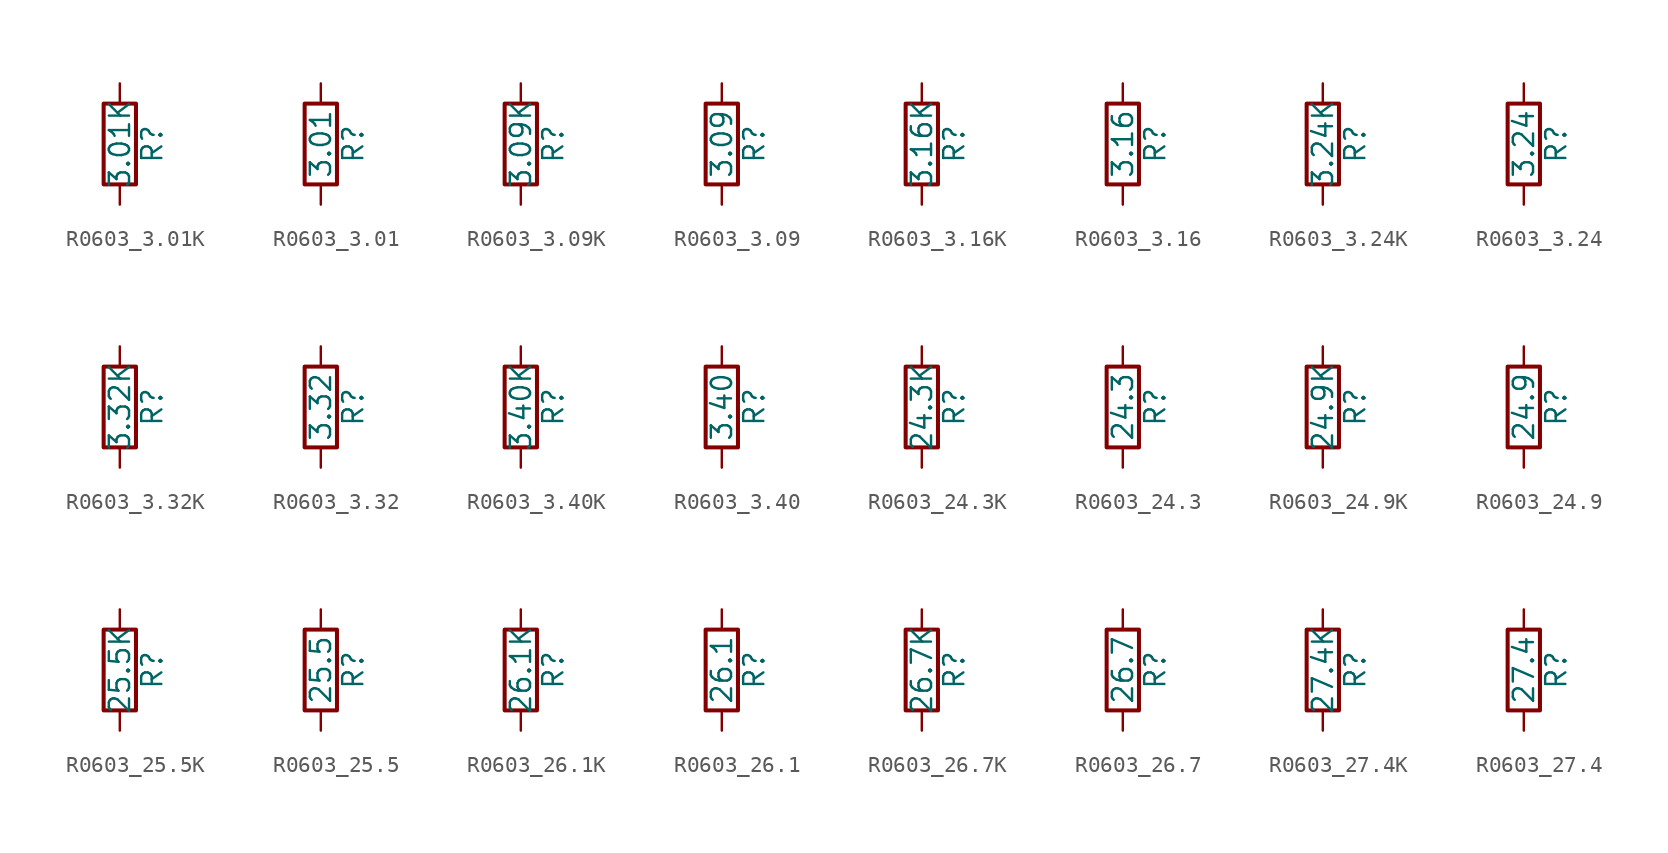
<source format=kicad_sym>
(kicad_symbol_lib
  (version 20211014)
  (generator atlantix-eda)
  (symbol "R0603_3.01K"
    (pin_numbers hide)
    (pin_names
      (offset 0))
    (property "Reference" "R"
      (at 2.032 0 90)
      (effects (font (size 1.27 1.27))))
    (property "Value" "3.01K"
      (at 0 0 90)
      (effects (font (size 1.27 1.27))))
    (symbol "R0603_3.01K_0_1"
      (rectangle (start -1.016 -2.54) (end 1.016 2.54) (stroke (width 0.254) (type default) (color 0 0 0 0)) (fill (type none))))
    (symbol "R0603_3.01K_1_1"
      (pin passive line (at 0 3.81 270) (length 1.27) (name "~" (effects (font (size 1.27 1.27)))) (number "1" (effects (font (size 1.27 1.27)))))
      (pin passive line (at 0 -3.81 90) (length 1.27) (name "~" (effects (font (size 1.27 1.27)))) (number "2" (effects (font (size 1.27 1.27)))))))
  (symbol "R0603_3.01"
    (pin_numbers hide)
    (pin_names
      (offset 0))
    (property "Reference" "R"
      (at 2.032 0 90)
      (effects (font (size 1.27 1.27))))
    (property "Value" "3.01"
      (at 0 0 90)
      (effects (font (size 1.27 1.27))))
    (symbol "R0603_3.01_0_1"
      (rectangle (start -1.016 -2.54) (end 1.016 2.54) (stroke (width 0.254) (type default) (color 0 0 0 0)) (fill (type none))))
    (symbol "R0603_3.01_1_1"
      (pin passive line (at 0 3.81 270) (length 1.27) (name "~" (effects (font (size 1.27 1.27)))) (number "1" (effects (font (size 1.27 1.27)))))
      (pin passive line (at 0 -3.81 90) (length 1.27) (name "~" (effects (font (size 1.27 1.27)))) (number "2" (effects (font (size 1.27 1.27)))))))
  (symbol "R0603_3.09K"
    (pin_numbers hide)
    (pin_names
      (offset 0))
    (property "Reference" "R"
      (at 2.032 0 90)
      (effects (font (size 1.27 1.27))))
    (property "Value" "3.09K"
      (at 0 0 90)
      (effects (font (size 1.27 1.27))))
    (symbol "R0603_3.09K_0_1"
      (rectangle (start -1.016 -2.54) (end 1.016 2.54) (stroke (width 0.254) (type default) (color 0 0 0 0)) (fill (type none))))
    (symbol "R0603_3.09K_1_1"
      (pin passive line (at 0 3.81 270) (length 1.27) (name "~" (effects (font (size 1.27 1.27)))) (number "1" (effects (font (size 1.27 1.27)))))
      (pin passive line (at 0 -3.81 90) (length 1.27) (name "~" (effects (font (size 1.27 1.27)))) (number "2" (effects (font (size 1.27 1.27)))))))
  (symbol "R0603_3.09"
    (pin_numbers hide)
    (pin_names
      (offset 0))
    (property "Reference" "R"
      (at 2.032 0 90)
      (effects (font (size 1.27 1.27))))
    (property "Value" "3.09"
      (at 0 0 90)
      (effects (font (size 1.27 1.27))))
    (symbol "R0603_3.09_0_1"
      (rectangle (start -1.016 -2.54) (end 1.016 2.54) (stroke (width 0.254) (type default) (color 0 0 0 0)) (fill (type none))))
    (symbol "R0603_3.09_1_1"
      (pin passive line (at 0 3.81 270) (length 1.27) (name "~" (effects (font (size 1.27 1.27)))) (number "1" (effects (font (size 1.27 1.27)))))
      (pin passive line (at 0 -3.81 90) (length 1.27) (name "~" (effects (font (size 1.27 1.27)))) (number "2" (effects (font (size 1.27 1.27)))))))
  (symbol "R0603_3.16K"
    (pin_numbers hide)
    (pin_names
      (offset 0))
    (property "Reference" "R"
      (at 2.032 0 90)
      (effects (font (size 1.27 1.27))))
    (property "Value" "3.16K"
      (at 0 0 90)
      (effects (font (size 1.27 1.27))))
    (symbol "R0603_3.16K_0_1"
      (rectangle (start -1.016 -2.54) (end 1.016 2.54) (stroke (width 0.254) (type default) (color 0 0 0 0)) (fill (type none))))
    (symbol "R0603_3.16K_1_1"
      (pin passive line (at 0 3.81 270) (length 1.27) (name "~" (effects (font (size 1.27 1.27)))) (number "1" (effects (font (size 1.27 1.27)))))
      (pin passive line (at 0 -3.81 90) (length 1.27) (name "~" (effects (font (size 1.27 1.27)))) (number "2" (effects (font (size 1.27 1.27)))))))
  (symbol "R0603_3.16"
    (pin_numbers hide)
    (pin_names
      (offset 0))
    (property "Reference" "R"
      (at 2.032 0 90)
      (effects (font (size 1.27 1.27))))
    (property "Value" "3.16"
      (at 0 0 90)
      (effects (font (size 1.27 1.27))))
    (symbol "R0603_3.16_0_1"
      (rectangle (start -1.016 -2.54) (end 1.016 2.54) (stroke (width 0.254) (type default) (color 0 0 0 0)) (fill (type none))))
    (symbol "R0603_3.16_1_1"
      (pin passive line (at 0 3.81 270) (length 1.27) (name "~" (effects (font (size 1.27 1.27)))) (number "1" (effects (font (size 1.27 1.27)))))
      (pin passive line (at 0 -3.81 90) (length 1.27) (name "~" (effects (font (size 1.27 1.27)))) (number "2" (effects (font (size 1.27 1.27)))))))
  (symbol "R0603_3.24K"
    (pin_numbers hide)
    (pin_names
      (offset 0))
    (property "Reference" "R"
      (at 2.032 0 90)
      (effects (font (size 1.27 1.27))))
    (property "Value" "3.24K"
      (at 0 0 90)
      (effects (font (size 1.27 1.27))))
    (symbol "R0603_3.24K_0_1"
      (rectangle (start -1.016 -2.54) (end 1.016 2.54) (stroke (width 0.254) (type default) (color 0 0 0 0)) (fill (type none))))
    (symbol "R0603_3.24K_1_1"
      (pin passive line (at 0 3.81 270) (length 1.27) (name "~" (effects (font (size 1.27 1.27)))) (number "1" (effects (font (size 1.27 1.27)))))
      (pin passive line (at 0 -3.81 90) (length 1.27) (name "~" (effects (font (size 1.27 1.27)))) (number "2" (effects (font (size 1.27 1.27)))))))
  (symbol "R0603_3.24"
    (pin_numbers hide)
    (pin_names
      (offset 0))
    (property "Reference" "R"
      (at 2.032 0 90)
      (effects (font (size 1.27 1.27))))
    (property "Value" "3.24"
      (at 0 0 90)
      (effects (font (size 1.27 1.27))))
    (symbol "R0603_3.24_0_1"
      (rectangle (start -1.016 -2.54) (end 1.016 2.54) (stroke (width 0.254) (type default) (color 0 0 0 0)) (fill (type none))))
    (symbol "R0603_3.24_1_1"
      (pin passive line (at 0 3.81 270) (length 1.27) (name "~" (effects (font (size 1.27 1.27)))) (number "1" (effects (font (size 1.27 1.27)))))
      (pin passive line (at 0 -3.81 90) (length 1.27) (name "~" (effects (font (size 1.27 1.27)))) (number "2" (effects (font (size 1.27 1.27)))))))
  (symbol "R0603_3.32K"
    (pin_numbers hide)
    (pin_names
      (offset 0))
    (property "Reference" "R"
      (at 2.032 0 90)
      (effects (font (size 1.27 1.27))))
    (property "Value" "3.32K"
      (at 0 0 90)
      (effects (font (size 1.27 1.27))))
    (symbol "R0603_3.32K_0_1"
      (rectangle (start -1.016 -2.54) (end 1.016 2.54) (stroke (width 0.254) (type default) (color 0 0 0 0)) (fill (type none))))
    (symbol "R0603_3.32K_1_1"
      (pin passive line (at 0 3.81 270) (length 1.27) (name "~" (effects (font (size 1.27 1.27)))) (number "1" (effects (font (size 1.27 1.27)))))
      (pin passive line (at 0 -3.81 90) (length 1.27) (name "~" (effects (font (size 1.27 1.27)))) (number "2" (effects (font (size 1.27 1.27)))))))
  (symbol "R0603_3.32"
    (pin_numbers hide)
    (pin_names
      (offset 0))
    (property "Reference" "R"
      (at 2.032 0 90)
      (effects (font (size 1.27 1.27))))
    (property "Value" "3.32"
      (at 0 0 90)
      (effects (font (size 1.27 1.27))))
    (symbol "R0603_3.32_0_1"
      (rectangle (start -1.016 -2.54) (end 1.016 2.54) (stroke (width 0.254) (type default) (color 0 0 0 0)) (fill (type none))))
    (symbol "R0603_3.32_1_1"
      (pin passive line (at 0 3.81 270) (length 1.27) (name "~" (effects (font (size 1.27 1.27)))) (number "1" (effects (font (size 1.27 1.27)))))
      (pin passive line (at 0 -3.81 90) (length 1.27) (name "~" (effects (font (size 1.27 1.27)))) (number "2" (effects (font (size 1.27 1.27)))))))
  (symbol "R0603_3.40K"
    (pin_numbers hide)
    (pin_names
      (offset 0))
    (property "Reference" "R"
      (at 2.032 0 90)
      (effects (font (size 1.27 1.27))))
    (property "Value" "3.40K"
      (at 0 0 90)
      (effects (font (size 1.27 1.27))))
    (symbol "R0603_3.40K_0_1"
      (rectangle (start -1.016 -2.54) (end 1.016 2.54) (stroke (width 0.254) (type default) (color 0 0 0 0)) (fill (type none))))
    (symbol "R0603_3.40K_1_1"
      (pin passive line (at 0 3.81 270) (length 1.27) (name "~" (effects (font (size 1.27 1.27)))) (number "1" (effects (font (size 1.27 1.27)))))
      (pin passive line (at 0 -3.81 90) (length 1.27) (name "~" (effects (font (size 1.27 1.27)))) (number "2" (effects (font (size 1.27 1.27)))))))
  (symbol "R0603_3.40"
    (pin_numbers hide)
    (pin_names
      (offset 0))
    (property "Reference" "R"
      (at 2.032 0 90)
      (effects (font (size 1.27 1.27))))
    (property "Value" "3.40"
      (at 0 0 90)
      (effects (font (size 1.27 1.27))))
    (symbol "R0603_3.40_0_1"
      (rectangle (start -1.016 -2.54) (end 1.016 2.54) (stroke (width 0.254) (type default) (color 0 0 0 0)) (fill (type none))))
    (symbol "R0603_3.40_1_1"
      (pin passive line (at 0 3.81 270) (length 1.27) (name "~" (effects (font (size 1.27 1.27)))) (number "1" (effects (font (size 1.27 1.27)))))
      (pin passive line (at 0 -3.81 90) (length 1.27) (name "~" (effects (font (size 1.27 1.27)))) (number "2" (effects (font (size 1.27 1.27)))))))
  (symbol "R0603_24.3K"
    (pin_numbers hide)
    (pin_names
      (offset 0))
    (property "Reference" "R"
      (at 2.032 0 90)
      (effects (font (size 1.27 1.27))))
    (property "Value" "24.3K"
      (at 0 0 90)
      (effects (font (size 1.27 1.27))))
    (symbol "R0603_24.3K_0_1"
      (rectangle (start -1.016 -2.54) (end 1.016 2.54) (stroke (width 0.254) (type default) (color 0 0 0 0)) (fill (type none))))
    (symbol "R0603_24.3K_1_1"
      (pin passive line (at 0 3.81 270) (length 1.27) (name "~" (effects (font (size 1.27 1.27)))) (number "1" (effects (font (size 1.27 1.27)))))
      (pin passive line (at 0 -3.81 90) (length 1.27) (name "~" (effects (font (size 1.27 1.27)))) (number "2" (effects (font (size 1.27 1.27)))))))
  (symbol "R0603_24.3"
    (pin_numbers hide)
    (pin_names
      (offset 0))
    (property "Reference" "R"
      (at 2.032 0 90)
      (effects (font (size 1.27 1.27))))
    (property "Value" "24.3"
      (at 0 0 90)
      (effects (font (size 1.27 1.27))))
    (symbol "R0603_24.3_0_1"
      (rectangle (start -1.016 -2.54) (end 1.016 2.54) (stroke (width 0.254) (type default) (color 0 0 0 0)) (fill (type none))))
    (symbol "R0603_24.3_1_1"
      (pin passive line (at 0 3.81 270) (length 1.27) (name "~" (effects (font (size 1.27 1.27)))) (number "1" (effects (font (size 1.27 1.27)))))
      (pin passive line (at 0 -3.81 90) (length 1.27) (name "~" (effects (font (size 1.27 1.27)))) (number "2" (effects (font (size 1.27 1.27)))))))
  (symbol "R0603_24.9K"
    (pin_numbers hide)
    (pin_names
      (offset 0))
    (property "Reference" "R"
      (at 2.032 0 90)
      (effects (font (size 1.27 1.27))))
    (property "Value" "24.9K"
      (at 0 0 90)
      (effects (font (size 1.27 1.27))))
    (symbol "R0603_24.9K_0_1"
      (rectangle (start -1.016 -2.54) (end 1.016 2.54) (stroke (width 0.254) (type default) (color 0 0 0 0)) (fill (type none))))
    (symbol "R0603_24.9K_1_1"
      (pin passive line (at 0 3.81 270) (length 1.27) (name "~" (effects (font (size 1.27 1.27)))) (number "1" (effects (font (size 1.27 1.27)))))
      (pin passive line (at 0 -3.81 90) (length 1.27) (name "~" (effects (font (size 1.27 1.27)))) (number "2" (effects (font (size 1.27 1.27)))))))
  (symbol "R0603_24.9"
    (pin_numbers hide)
    (pin_names
      (offset 0))
    (property "Reference" "R"
      (at 2.032 0 90)
      (effects (font (size 1.27 1.27))))
    (property "Value" "24.9"
      (at 0 0 90)
      (effects (font (size 1.27 1.27))))
    (symbol "R0603_24.9_0_1"
      (rectangle (start -1.016 -2.54) (end 1.016 2.54) (stroke (width 0.254) (type default) (color 0 0 0 0)) (fill (type none))))
    (symbol "R0603_24.9_1_1"
      (pin passive line (at 0 3.81 270) (length 1.27) (name "~" (effects (font (size 1.27 1.27)))) (number "1" (effects (font (size 1.27 1.27)))))
      (pin passive line (at 0 -3.81 90) (length 1.27) (name "~" (effects (font (size 1.27 1.27)))) (number "2" (effects (font (size 1.27 1.27)))))))
  (symbol "R0603_25.5K"
    (pin_numbers hide)
    (pin_names
      (offset 0))
    (property "Reference" "R"
      (at 2.032 0 90)
      (effects (font (size 1.27 1.27))))
    (property "Value" "25.5K"
      (at 0 0 90)
      (effects (font (size 1.27 1.27))))
    (symbol "R0603_25.5K_0_1"
      (rectangle (start -1.016 -2.54) (end 1.016 2.54) (stroke (width 0.254) (type default) (color 0 0 0 0)) (fill (type none))))
    (symbol "R0603_25.5K_1_1"
      (pin passive line (at 0 3.81 270) (length 1.27) (name "~" (effects (font (size 1.27 1.27)))) (number "1" (effects (font (size 1.27 1.27)))))
      (pin passive line (at 0 -3.81 90) (length 1.27) (name "~" (effects (font (size 1.27 1.27)))) (number "2" (effects (font (size 1.27 1.27)))))))
  (symbol "R0603_25.5"
    (pin_numbers hide)
    (pin_names
      (offset 0))
    (property "Reference" "R"
      (at 2.032 0 90)
      (effects (font (size 1.27 1.27))))
    (property "Value" "25.5"
      (at 0 0 90)
      (effects (font (size 1.27 1.27))))
    (symbol "R0603_25.5_0_1"
      (rectangle (start -1.016 -2.54) (end 1.016 2.54) (stroke (width 0.254) (type default) (color 0 0 0 0)) (fill (type none))))
    (symbol "R0603_25.5_1_1"
      (pin passive line (at 0 3.81 270) (length 1.27) (name "~" (effects (font (size 1.27 1.27)))) (number "1" (effects (font (size 1.27 1.27)))))
      (pin passive line (at 0 -3.81 90) (length 1.27) (name "~" (effects (font (size 1.27 1.27)))) (number "2" (effects (font (size 1.27 1.27)))))))
  (symbol "R0603_26.1K"
    (pin_numbers hide)
    (pin_names
      (offset 0))
    (property "Reference" "R"
      (at 2.032 0 90)
      (effects (font (size 1.27 1.27))))
    (property "Value" "26.1K"
      (at 0 0 90)
      (effects (font (size 1.27 1.27))))
    (symbol "R0603_26.1K_0_1"
      (rectangle (start -1.016 -2.54) (end 1.016 2.54) (stroke (width 0.254) (type default) (color 0 0 0 0)) (fill (type none))))
    (symbol "R0603_26.1K_1_1"
      (pin passive line (at 0 3.81 270) (length 1.27) (name "~" (effects (font (size 1.27 1.27)))) (number "1" (effects (font (size 1.27 1.27)))))
      (pin passive line (at 0 -3.81 90) (length 1.27) (name "~" (effects (font (size 1.27 1.27)))) (number "2" (effects (font (size 1.27 1.27)))))))
  (symbol "R0603_26.1"
    (pin_numbers hide)
    (pin_names
      (offset 0))
    (property "Reference" "R"
      (at 2.032 0 90)
      (effects (font (size 1.27 1.27))))
    (property "Value" "26.1"
      (at 0 0 90)
      (effects (font (size 1.27 1.27))))
    (symbol "R0603_26.1_0_1"
      (rectangle (start -1.016 -2.54) (end 1.016 2.54) (stroke (width 0.254) (type default) (color 0 0 0 0)) (fill (type none))))
    (symbol "R0603_26.1_1_1"
      (pin passive line (at 0 3.81 270) (length 1.27) (name "~" (effects (font (size 1.27 1.27)))) (number "1" (effects (font (size 1.27 1.27)))))
      (pin passive line (at 0 -3.81 90) (length 1.27) (name "~" (effects (font (size 1.27 1.27)))) (number "2" (effects (font (size 1.27 1.27)))))))
  (symbol "R0603_26.7K"
    (pin_numbers hide)
    (pin_names
      (offset 0))
    (property "Reference" "R"
      (at 2.032 0 90)
      (effects (font (size 1.27 1.27))))
    (property "Value" "26.7K"
      (at 0 0 90)
      (effects (font (size 1.27 1.27))))
    (symbol "R0603_26.7K_0_1"
      (rectangle (start -1.016 -2.54) (end 1.016 2.54) (stroke (width 0.254) (type default) (color 0 0 0 0)) (fill (type none))))
    (symbol "R0603_26.7K_1_1"
      (pin passive line (at 0 3.81 270) (length 1.27) (name "~" (effects (font (size 1.27 1.27)))) (number "1" (effects (font (size 1.27 1.27)))))
      (pin passive line (at 0 -3.81 90) (length 1.27) (name "~" (effects (font (size 1.27 1.27)))) (number "2" (effects (font (size 1.27 1.27)))))))
  (symbol "R0603_26.7"
    (pin_numbers hide)
    (pin_names
      (offset 0))
    (property "Reference" "R"
      (at 2.032 0 90)
      (effects (font (size 1.27 1.27))))
    (property "Value" "26.7"
      (at 0 0 90)
      (effects (font (size 1.27 1.27))))
    (symbol "R0603_26.7_0_1"
      (rectangle (start -1.016 -2.54) (end 1.016 2.54) (stroke (width 0.254) (type default) (color 0 0 0 0)) (fill (type none))))
    (symbol "R0603_26.7_1_1"
      (pin passive line (at 0 3.81 270) (length 1.27) (name "~" (effects (font (size 1.27 1.27)))) (number "1" (effects (font (size 1.27 1.27)))))
      (pin passive line (at 0 -3.81 90) (length 1.27) (name "~" (effects (font (size 1.27 1.27)))) (number "2" (effects (font (size 1.27 1.27)))))))
  (symbol "R0603_27.4K"
    (pin_numbers hide)
    (pin_names
      (offset 0))
    (property "Reference" "R"
      (at 2.032 0 90)
      (effects (font (size 1.27 1.27))))
    (property "Value" "27.4K"
      (at 0 0 90)
      (effects (font (size 1.27 1.27))))
    (symbol "R0603_27.4K_0_1"
      (rectangle (start -1.016 -2.54) (end 1.016 2.54) (stroke (width 0.254) (type default) (color 0 0 0 0)) (fill (type none))))
    (symbol "R0603_27.4K_1_1"
      (pin passive line (at 0 3.81 270) (length 1.27) (name "~" (effects (font (size 1.27 1.27)))) (number "1" (effects (font (size 1.27 1.27)))))
      (pin passive line (at 0 -3.81 90) (length 1.27) (name "~" (effects (font (size 1.27 1.27)))) (number "2" (effects (font (size 1.27 1.27)))))))
  (symbol "R0603_27.4"
    (pin_numbers hide)
    (pin_names
      (offset 0))
    (property "Reference" "R"
      (at 2.032 0 90)
      (effects (font (size 1.27 1.27))))
    (property "Value" "27.4"
      (at 0 0 90)
      (effects (font (size 1.27 1.27))))
    (symbol "R0603_27.4_0_1"
      (rectangle (start -1.016 -2.54) (end 1.016 2.54) (stroke (width 0.254) (type default) (color 0 0 0 0)) (fill (type none))))
    (symbol "R0603_27.4_1_1"
      (pin passive line (at 0 3.81 270) (length 1.27) (name "~" (effects (font (size 1.27 1.27)))) (number "1" (effects (font (size 1.27 1.27)))))
      (pin passive line (at 0 -3.81 90) (length 1.27) (name "~" (effects (font (size 1.27 1.27)))) (number "2" (effects (font (size 1.27 1.27))))))))
</source>
